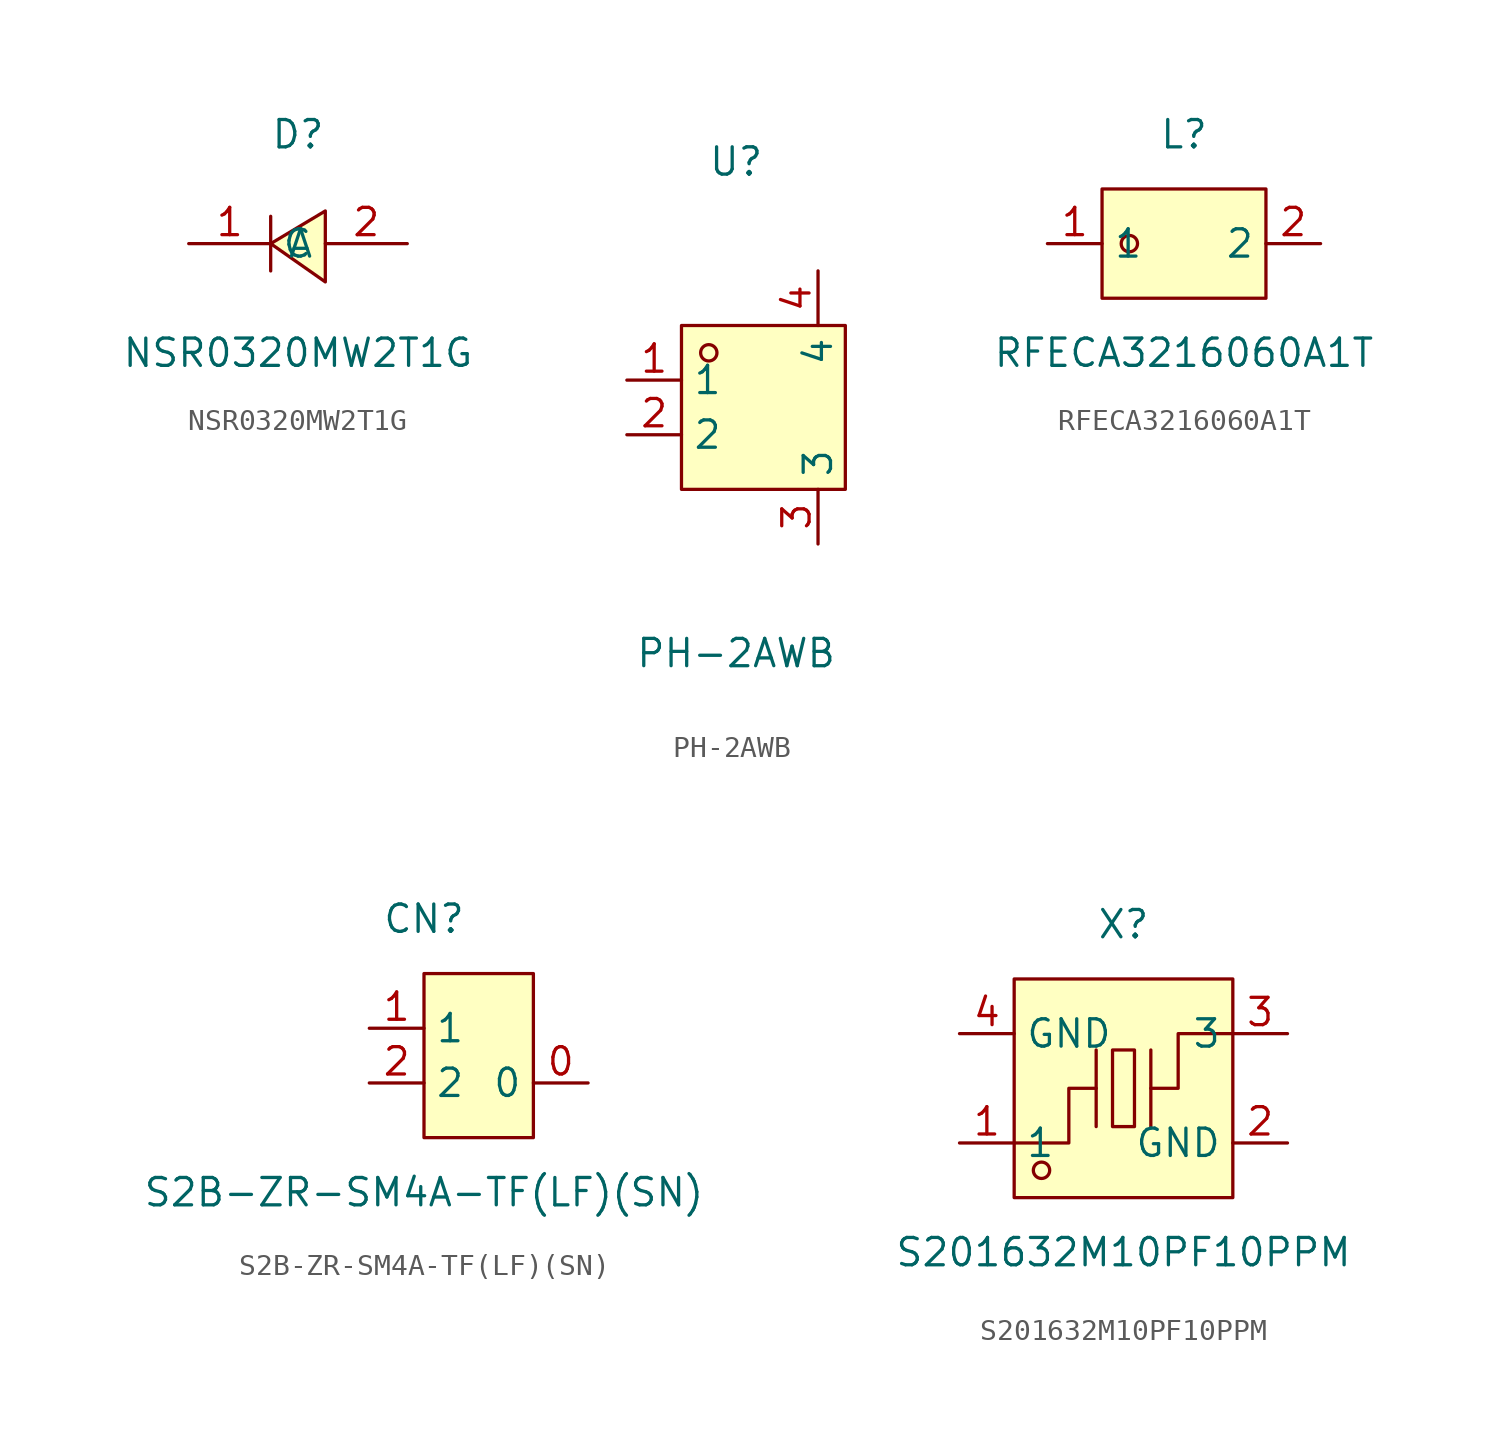
<source format=kicad_sym>
(kicad_symbol_lib
  (version 20241209)
  (generator "kicad_symbol_editor")
  (generator_version "9.0")
  (symbol "NSR0320MW2T1G"
    (property "Reference" "D"
      (at 0 5.08 0)
      (effects (font (size 1.27 1.27))))
    (property "Value" "NSR0320MW2T1G"
      (at 0 -5.08 0)
      (effects (font (size 1.27 1.27))))
    (symbol "NSR0320MW2T1G_0_1"
      (polyline (pts (xy -1.27 1.27) (xy -1.27 -1.27)) (stroke (width 0) (type default)) (fill (type none)))
      (polyline (pts (xy 1.27 1.52) (xy -1.27 0) (xy 1.27 -1.78) (xy 1.27 1.52)) (stroke (width 0) (type default)) (fill (type background)))
      (pin unspecified line (at -5.08 0 0) (length 3.81) (name "C" (effects (font (size 1.27 1.27)))) (number "1" (effects (font (size 1.27 1.27)))))
      (pin unspecified line (at 5.08 0 180) (length 3.81) (name "A" (effects (font (size 1.27 1.27)))) (number "2" (effects (font (size 1.27 1.27)))))))
  (symbol "PH-2AWB"
    (property "Reference" "U"
      (at 0 11.43 0)
      (effects (font (size 1.27 1.27))))
    (property "Value" "PH-2AWB"
      (at 0 -11.43 0)
      (effects (font (size 1.27 1.27))))
    (symbol "PH-2AWB_0_1"
      (rectangle (start -2.54 3.81) (end 5.08 -3.81) (stroke (width 0) (type default)) (fill (type background)))
      (circle (center -1.27 2.54) (radius 0.38) (stroke (width 0) (type default)) (fill (type none))))
    (symbol "PH-2AWB_1_1"
      (pin power_out line (at -5.08 1.27 0) (length 2.54) (name "1" (effects (font (size 1.27 1.27)))) (number "1" (effects (font (size 1.27 1.27)))) (alternate "change" power_in line))
      (pin power_out line (at -5.08 -1.27 0) (length 2.54) (name "2" (effects (font (size 1.27 1.27)))) (number "2" (effects (font (size 1.27 1.27)))))
      (pin power_in line (at 3.81 6.35 270) (length 2.54) (name "4" (effects (font (size 1.27 1.27)))) (number "4" (effects (font (size 1.27 1.27)))))
      (pin power_in line (at 3.81 -6.35 90) (length 2.54) (name "3" (effects (font (size 1.27 1.27)))) (number "3" (effects (font (size 1.27 1.27)))))))
  (symbol "RFECA3216060A1T"
    (property "Reference" "L"
      (at 0 5.08 0)
      (effects (font (size 1.27 1.27))))
    (property "Value" "RFECA3216060A1T"
      (at 0 -5.08 0)
      (effects (font (size 1.27 1.27))))
    (symbol "RFECA3216060A1T_0_1"
      (rectangle (start -3.81 2.54) (end 3.81 -2.54) (stroke (width 0) (type default)) (fill (type background)))
      (circle (center -2.54 0) (radius 0.38) (stroke (width 0) (type default)) (fill (type none)))
      (pin unspecified line (at -6.35 0 0) (length 2.54) (name "1" (effects (font (size 1.27 1.27)))) (number "1" (effects (font (size 1.27 1.27)))))
      (pin unspecified line (at 6.35 0 180) (length 2.54) (name "2" (effects (font (size 1.27 1.27)))) (number "2" (effects (font (size 1.27 1.27)))))))
  (symbol "S2B-ZR-SM4A-TF(LF)(SN)"
    (property "Reference" "CN"
      (at 0 7.62 0)
      (effects (font (size 1.27 1.27))))
    (property "Value" "S2B-ZR-SM4A-TF(LF)(SN)"
      (at 0 -5.08 0)
      (effects (font (size 1.27 1.27))))
    (symbol "S2B-ZR-SM4A-TF(LF)(SN)_0_1"
      (rectangle (start 0 5.08) (end 5.08 -2.54) (stroke (width 0) (type default)) (fill (type background)))
      (pin unspecified line (at -2.54 2.54 0) (length 2.54) (name "1" (effects (font (size 1.27 1.27)))) (number "1" (effects (font (size 1.27 1.27)))))
      (pin unspecified line (at -2.54 0 0) (length 2.54) (name "2" (effects (font (size 1.27 1.27)))) (number "2" (effects (font (size 1.27 1.27)))))
      (pin unspecified line (at 7.62 0 180) (length 2.54) (name "0" (effects (font (size 1.27 1.27)))) (number "0" (effects (font (size 1.27 1.27)))))))
  (symbol "S201632M10PF10PPM"
    (property "Reference" "X"
      (at 0 7.62 0)
      (effects (font (size 1.27 1.27))))
    (property "Value" "S201632M10PF10PPM"
      (at 0 -7.62 0)
      (effects (font (size 1.27 1.27))))
    (symbol "S201632M10PF10PPM_0_1"
      (rectangle (start -5.08 5.08) (end 5.08 -5.08) (stroke (width 0) (type default)) (fill (type background)))
      (polyline (pts (xy -5.08 -2.54) (xy -2.54 -2.54) (xy -2.54 0) (xy -1.27 0)) (stroke (width 0) (type default)) (fill (type none)))
      (circle (center -3.81 -3.81) (radius 0.38) (stroke (width 0) (type default)) (fill (type none)))
      (polyline (pts (xy -1.27 -1.78) (xy -1.27 1.78)) (stroke (width 0) (type default)) (fill (type none)))
      (rectangle (start -0.51 1.78) (end 0.51 -1.78) (stroke (width 0) (type default)) (fill (type background)))
      (polyline (pts (xy 1.27 -1.78) (xy 1.27 1.78)) (stroke (width 0) (type default)) (fill (type none)))
      (polyline (pts (xy 5.08 2.54) (xy 2.54 2.54) (xy 2.54 0) (xy 1.27 0)) (stroke (width 0) (type default)) (fill (type none)))
      (pin input line (at -7.62 2.54 0) (length 2.54) (name "GND" (effects (font (size 1.27 1.27)))) (number "4" (effects (font (size 1.27 1.27)))))
      (pin input line (at -7.62 -2.54 0) (length 2.54) (name "1" (effects (font (size 1.27 1.27)))) (number "1" (effects (font (size 1.27 1.27)))))
      (pin input line (at 7.62 2.54 180) (length 2.54) (name "3" (effects (font (size 1.27 1.27)))) (number "3" (effects (font (size 1.27 1.27)))))
      (pin input line (at 7.62 -2.54 180) (length 2.54) (name "GND" (effects (font (size 1.27 1.27)))) (number "2" (effects (font (size 1.27 1.27))))))))
</source>
